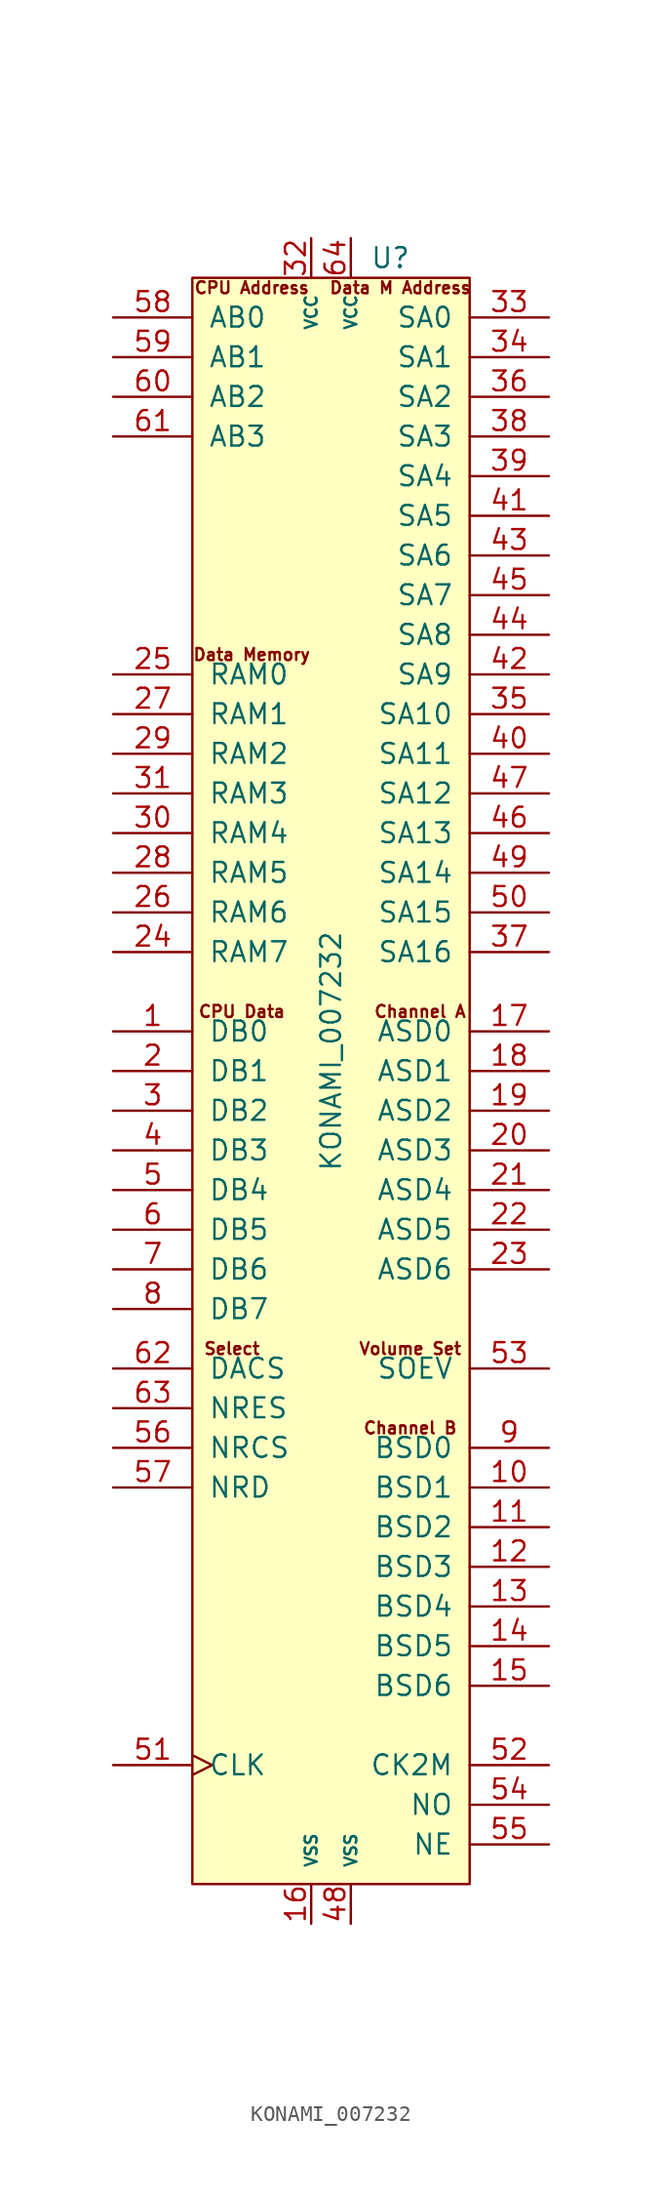
<source format=kicad_sym>
(kicad_symbol_lib
  (version 20211014)
  (generator kicad_symbol_editor)
  (symbol "KONAMI_007232"
    (pin_names
      (offset 1.016))
    (property "Reference" "U"
      (at 3.81 53.34 0)
      (effects (font (size 1.27 1.27))))
    (property "Value" "KONAMI_007232"
      (at 0 2.54 90)
      (effects (font (size 1.27 1.27))))
    (symbol "KONAMI_007232_0_0"
      (rectangle (start -8.89 52.07) (end 8.89 -50.8) (stroke (width 0) (type default) (color 0 0 0 0)) (fill (type background)))
      (text "Channel A" (at 5.715 5.08 0) (effects (font (size 0.762 0.762))))
      (text "Channel B" (at 5.08 -21.59 0) (effects (font (size 0.762 0.762))))
      (text "CPU Address" (at -5.08 51.435 0) (effects (font (size 0.762 0.762))))
      (text "CPU Data" (at -5.715 5.08 0) (effects (font (size 0.762 0.762))))
      (text "Data M Address" (at 4.445 51.435 0) (effects (font (size 0.762 0.762))))
      (text "Data Memory" (at -5.08 27.94 0) (effects (font (size 0.762 0.762))))
      (text "Select" (at -6.35 -16.51 0) (effects (font (size 0.762 0.762))))
      (text "Volume Set" (at 5.08 -16.51 0) (effects (font (size 0.762 0.762))))
      (pin bidirectional line (at -13.97 3.81 0) (length 5.08) (name "DB0" (effects (font (size 1.27 1.27)))) (number "1" (effects (font (size 1.27 1.27)))))
      (pin output line (at 13.97 -25.4 180) (length 5.08) (name "BSD1" (effects (font (size 1.27 1.27)))) (number "10" (effects (font (size 1.27 1.27)))))
      (pin output line (at 13.97 -27.94 180) (length 5.08) (name "BSD2" (effects (font (size 1.27 1.27)))) (number "11" (effects (font (size 1.27 1.27)))))
      (pin output line (at 13.97 -30.48 180) (length 5.08) (name "BSD3" (effects (font (size 1.27 1.27)))) (number "12" (effects (font (size 1.27 1.27)))))
      (pin output line (at 13.97 -33.02 180) (length 5.08) (name "BSD4" (effects (font (size 1.27 1.27)))) (number "13" (effects (font (size 1.27 1.27)))))
      (pin output line (at 13.97 -35.56 180) (length 5.08) (name "BSD5" (effects (font (size 1.27 1.27)))) (number "14" (effects (font (size 1.27 1.27)))))
      (pin output line (at 13.97 -38.1 180) (length 5.08) (name "BSD6" (effects (font (size 1.27 1.27)))) (number "15" (effects (font (size 1.27 1.27)))))
      (pin power_in line (at -1.27 -53.34 90) (length 2.54) (name "VSS" (effects (font (size 0.762 0.762)))) (number "16" (effects (font (size 1.27 1.27)))))
      (pin output line (at 13.97 3.81 180) (length 5.08) (name "ASD0" (effects (font (size 1.27 1.27)))) (number "17" (effects (font (size 1.27 1.27)))))
      (pin output line (at 13.97 1.27 180) (length 5.08) (name "ASD1" (effects (font (size 1.27 1.27)))) (number "18" (effects (font (size 1.27 1.27)))))
      (pin output line (at 13.97 -1.27 180) (length 5.08) (name "ASD2" (effects (font (size 1.27 1.27)))) (number "19" (effects (font (size 1.27 1.27)))))
      (pin bidirectional line (at -13.97 1.27 0) (length 5.08) (name "DB1" (effects (font (size 1.27 1.27)))) (number "2" (effects (font (size 1.27 1.27)))))
      (pin output line (at 13.97 -3.81 180) (length 5.08) (name "ASD3" (effects (font (size 1.27 1.27)))) (number "20" (effects (font (size 1.27 1.27)))))
      (pin output line (at 13.97 -6.35 180) (length 5.08) (name "ASD4" (effects (font (size 1.27 1.27)))) (number "21" (effects (font (size 1.27 1.27)))))
      (pin output line (at 13.97 -8.89 180) (length 5.08) (name "ASD5" (effects (font (size 1.27 1.27)))) (number "22" (effects (font (size 1.27 1.27)))))
      (pin output line (at 13.97 -11.43 180) (length 5.08) (name "ASD6" (effects (font (size 1.27 1.27)))) (number "23" (effects (font (size 1.27 1.27)))))
      (pin bidirectional line (at -13.97 8.89 0) (length 5.08) (name "RAM7" (effects (font (size 1.27 1.27)))) (number "24" (effects (font (size 1.27 1.27)))))
      (pin bidirectional line (at -13.97 26.67 0) (length 5.08) (name "RAM0" (effects (font (size 1.27 1.27)))) (number "25" (effects (font (size 1.27 1.27)))))
      (pin bidirectional line (at -13.97 11.43 0) (length 5.08) (name "RAM6" (effects (font (size 1.27 1.27)))) (number "26" (effects (font (size 1.27 1.27)))))
      (pin bidirectional line (at -13.97 24.13 0) (length 5.08) (name "RAM1" (effects (font (size 1.27 1.27)))) (number "27" (effects (font (size 1.27 1.27)))))
      (pin bidirectional line (at -13.97 13.97 0) (length 5.08) (name "RAM5" (effects (font (size 1.27 1.27)))) (number "28" (effects (font (size 1.27 1.27)))))
      (pin bidirectional line (at -13.97 21.59 0) (length 5.08) (name "RAM2" (effects (font (size 1.27 1.27)))) (number "29" (effects (font (size 1.27 1.27)))))
      (pin bidirectional line (at -13.97 -1.27 0) (length 5.08) (name "DB2" (effects (font (size 1.27 1.27)))) (number "3" (effects (font (size 1.27 1.27)))))
      (pin bidirectional line (at -13.97 16.51 0) (length 5.08) (name "RAM4" (effects (font (size 1.27 1.27)))) (number "30" (effects (font (size 1.27 1.27)))))
      (pin bidirectional line (at -13.97 19.05 0) (length 5.08) (name "RAM3" (effects (font (size 1.27 1.27)))) (number "31" (effects (font (size 1.27 1.27)))))
      (pin power_in line (at -1.27 54.61 270) (length 2.54) (name "VCC" (effects (font (size 0.762 0.762)))) (number "32" (effects (font (size 1.27 1.27)))))
      (pin output line (at 13.97 49.53 180) (length 5.08) (name "SA0" (effects (font (size 1.27 1.27)))) (number "33" (effects (font (size 1.27 1.27)))))
      (pin output line (at 13.97 46.99 180) (length 5.08) (name "SA1" (effects (font (size 1.27 1.27)))) (number "34" (effects (font (size 1.27 1.27)))))
      (pin output line (at 13.97 24.13 180) (length 5.08) (name "SA10" (effects (font (size 1.27 1.27)))) (number "35" (effects (font (size 1.27 1.27)))))
      (pin output line (at 13.97 44.45 180) (length 5.08) (name "SA2" (effects (font (size 1.27 1.27)))) (number "36" (effects (font (size 1.27 1.27)))))
      (pin output line (at 13.97 8.89 180) (length 5.08) (name "SA16" (effects (font (size 1.27 1.27)))) (number "37" (effects (font (size 1.27 1.27)))))
      (pin output line (at 13.97 41.91 180) (length 5.08) (name "SA3" (effects (font (size 1.27 1.27)))) (number "38" (effects (font (size 1.27 1.27)))))
      (pin output line (at 13.97 39.37 180) (length 5.08) (name "SA4" (effects (font (size 1.27 1.27)))) (number "39" (effects (font (size 1.27 1.27)))))
      (pin bidirectional line (at -13.97 -3.81 0) (length 5.08) (name "DB3" (effects (font (size 1.27 1.27)))) (number "4" (effects (font (size 1.27 1.27)))))
      (pin output line (at 13.97 21.59 180) (length 5.08) (name "SA11" (effects (font (size 1.27 1.27)))) (number "40" (effects (font (size 1.27 1.27)))))
      (pin output line (at 13.97 36.83 180) (length 5.08) (name "SA5" (effects (font (size 1.27 1.27)))) (number "41" (effects (font (size 1.27 1.27)))))
      (pin output line (at 13.97 26.67 180) (length 5.08) (name "SA9" (effects (font (size 1.27 1.27)))) (number "42" (effects (font (size 1.27 1.27)))))
      (pin output line (at 13.97 34.29 180) (length 5.08) (name "SA6" (effects (font (size 1.27 1.27)))) (number "43" (effects (font (size 1.27 1.27)))))
      (pin output line (at 13.97 29.21 180) (length 5.08) (name "SA8" (effects (font (size 1.27 1.27)))) (number "44" (effects (font (size 1.27 1.27)))))
      (pin output line (at 13.97 31.75 180) (length 5.08) (name "SA7" (effects (font (size 1.27 1.27)))) (number "45" (effects (font (size 1.27 1.27)))))
      (pin output line (at 13.97 16.51 180) (length 5.08) (name "SA13" (effects (font (size 1.27 1.27)))) (number "46" (effects (font (size 1.27 1.27)))))
      (pin output line (at 13.97 19.05 180) (length 5.08) (name "SA12" (effects (font (size 1.27 1.27)))) (number "47" (effects (font (size 1.27 1.27)))))
      (pin power_in line (at 1.27 -53.34 90) (length 2.54) (name "VSS" (effects (font (size 0.762 0.762)))) (number "48" (effects (font (size 1.27 1.27)))))
      (pin output line (at 13.97 13.97 180) (length 5.08) (name "SA14" (effects (font (size 1.27 1.27)))) (number "49" (effects (font (size 1.27 1.27)))))
      (pin bidirectional line (at -13.97 -6.35 0) (length 5.08) (name "DB4" (effects (font (size 1.27 1.27)))) (number "5" (effects (font (size 1.27 1.27)))))
      (pin output line (at 13.97 11.43 180) (length 5.08) (name "SA15" (effects (font (size 1.27 1.27)))) (number "50" (effects (font (size 1.27 1.27)))))
      (pin input clock (at -13.97 -43.18 0) (length 5.08) (name "CLK" (effects (font (size 1.27 1.27)))) (number "51" (effects (font (size 1.27 1.27)))))
      (pin output line (at 13.97 -43.18 180) (length 5.08) (name "CK2M" (effects (font (size 1.27 1.27)))) (number "52" (effects (font (size 1.27 1.27)))))
      (pin output line (at 13.97 -17.78 180) (length 5.08) (name "SOEV" (effects (font (size 1.27 1.27)))) (number "53" (effects (font (size 1.27 1.27)))))
      (pin output line (at 13.97 -45.72 180) (length 5.08) (name "NO" (effects (font (size 1.27 1.27)))) (number "54" (effects (font (size 1.27 1.27)))))
      (pin output line (at 13.97 -48.26 180) (length 5.08) (name "NE" (effects (font (size 1.27 1.27)))) (number "55" (effects (font (size 1.27 1.27)))))
      (pin input line (at -13.97 -22.86 0) (length 5.08) (name "NRCS" (effects (font (size 1.27 1.27)))) (number "56" (effects (font (size 1.27 1.27)))))
      (pin input line (at -13.97 -25.4 0) (length 5.08) (name "NRD" (effects (font (size 1.27 1.27)))) (number "57" (effects (font (size 1.27 1.27)))))
      (pin input line (at -13.97 49.53 0) (length 5.08) (name "AB0" (effects (font (size 1.27 1.27)))) (number "58" (effects (font (size 1.27 1.27)))))
      (pin input line (at -13.97 46.99 0) (length 5.08) (name "AB1" (effects (font (size 1.27 1.27)))) (number "59" (effects (font (size 1.27 1.27)))))
      (pin bidirectional line (at -13.97 -8.89 0) (length 5.08) (name "DB5" (effects (font (size 1.27 1.27)))) (number "6" (effects (font (size 1.27 1.27)))))
      (pin input line (at -13.97 44.45 0) (length 5.08) (name "AB2" (effects (font (size 1.27 1.27)))) (number "60" (effects (font (size 1.27 1.27)))))
      (pin input line (at -13.97 41.91 0) (length 5.08) (name "AB3" (effects (font (size 1.27 1.27)))) (number "61" (effects (font (size 1.27 1.27)))))
      (pin input line (at -13.97 -17.78 0) (length 5.08) (name "DACS" (effects (font (size 1.27 1.27)))) (number "62" (effects (font (size 1.27 1.27)))))
      (pin input line (at -13.97 -20.32 0) (length 5.08) (name "NRES" (effects (font (size 1.27 1.27)))) (number "63" (effects (font (size 1.27 1.27)))))
      (pin power_in line (at 1.27 54.61 270) (length 2.54) (name "VCC" (effects (font (size 0.762 0.762)))) (number "64" (effects (font (size 1.27 1.27)))))
      (pin bidirectional line (at -13.97 -11.43 0) (length 5.08) (name "DB6" (effects (font (size 1.27 1.27)))) (number "7" (effects (font (size 1.27 1.27)))))
      (pin bidirectional line (at -13.97 -13.97 0) (length 5.08) (name "DB7" (effects (font (size 1.27 1.27)))) (number "8" (effects (font (size 1.27 1.27)))))
      (pin output line (at 13.97 -22.86 180) (length 5.08) (name "BSD0" (effects (font (size 1.27 1.27)))) (number "9" (effects (font (size 1.27 1.27))))))))
</source>
